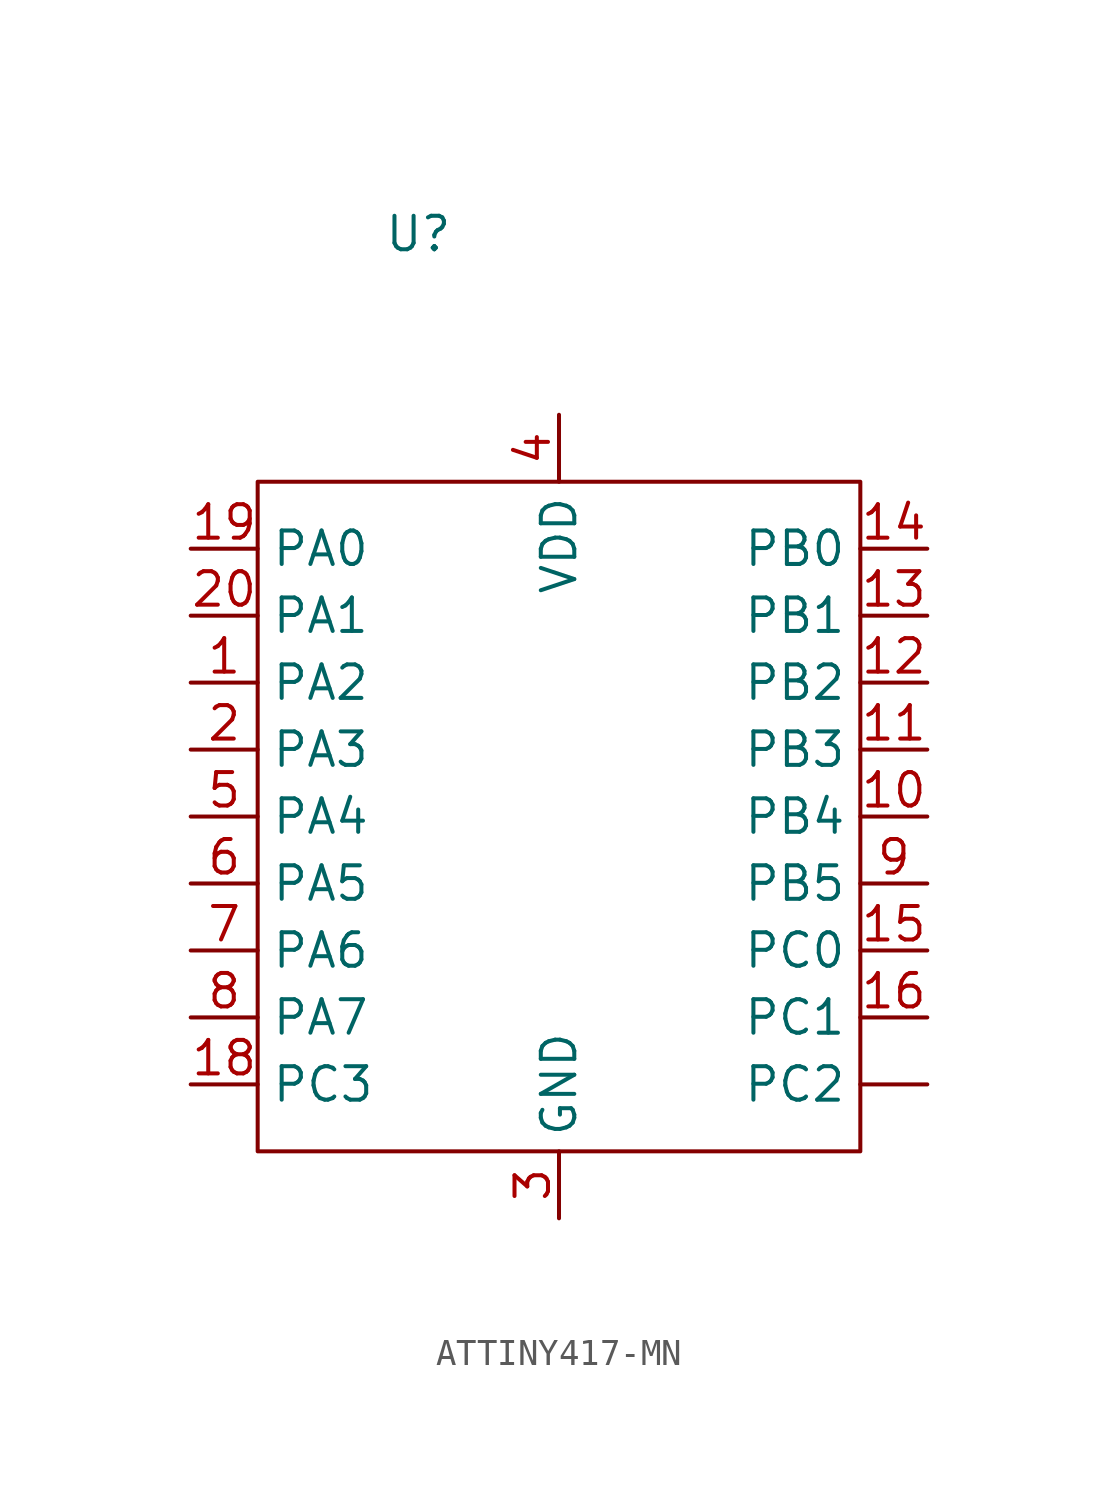
<source format=kicad_sym>
(kicad_symbol_lib
  (version 20231120)
  (generator "kicad_symbol_editor")
  (generator_version "8.0")
  (symbol "ATTINY417-MN"
    (property "Reference" "U"
      (at 6.096 9.398 0)
      (effects (font (size 1.27 1.27))))
    (property "Value" ""
      (at 0 0 0)
      (effects (font (size 1.27 1.27))))
    (symbol "ATTINY417-MN_0_1"
      (rectangle (start 0 0) (end 22.86 -25.4) (stroke (width 0) (type default)) (fill (type none))))
    (symbol "ATTINY417-MN_1_1"
      (pin bidirectional line (at 25.4 -22.86 180) (length 2.54) (name "PC2" (effects (font (size 1.27 1.27)))) (number "" (effects (font (size 1.27 1.27)))))
      (pin bidirectional line (at -2.54 -7.62 0) (length 2.54) (name "PA2" (effects (font (size 1.27 1.27)))) (number "1" (effects (font (size 1.27 1.27)))))
      (pin bidirectional line (at 25.4 -12.7 180) (length 2.54) (name "PB4" (effects (font (size 1.27 1.27)))) (number "10" (effects (font (size 1.27 1.27)))))
      (pin bidirectional line (at 25.4 -10.16 180) (length 2.54) (name "PB3" (effects (font (size 1.27 1.27)))) (number "11" (effects (font (size 1.27 1.27)))))
      (pin bidirectional line (at 25.4 -7.62 180) (length 2.54) (name "PB2" (effects (font (size 1.27 1.27)))) (number "12" (effects (font (size 1.27 1.27)))))
      (pin bidirectional line (at 25.4 -5.08 180) (length 2.54) (name "PB1" (effects (font (size 1.27 1.27)))) (number "13" (effects (font (size 1.27 1.27)))))
      (pin bidirectional line (at 25.4 -2.54 180) (length 2.54) (name "PB0" (effects (font (size 1.27 1.27)))) (number "14" (effects (font (size 1.27 1.27)))))
      (pin bidirectional line (at 25.4 -17.78 180) (length 2.54) (name "PC0" (effects (font (size 1.27 1.27)))) (number "15" (effects (font (size 1.27 1.27)))))
      (pin bidirectional line (at 25.4 -20.32 180) (length 2.54) (name "PC1" (effects (font (size 1.27 1.27)))) (number "16" (effects (font (size 1.27 1.27)))))
      (pin bidirectional line (at -2.54 -22.86 0) (length 2.54) (name "PC3" (effects (font (size 1.27 1.27)))) (number "18" (effects (font (size 1.27 1.27)))))
      (pin bidirectional line (at -2.54 -2.54 0) (length 2.54) (name "PA0" (effects (font (size 1.27 1.27)))) (number "19" (effects (font (size 1.27 1.27)))))
      (pin bidirectional line (at -2.54 -10.16 0) (length 2.54) (name "PA3" (effects (font (size 1.27 1.27)))) (number "2" (effects (font (size 1.27 1.27)))))
      (pin bidirectional line (at -2.54 -5.08 0) (length 2.54) (name "PA1" (effects (font (size 1.27 1.27)))) (number "20" (effects (font (size 1.27 1.27)))))
      (pin power_in line (at 11.43 -27.94 90) (length 2.54) (name "GND" (effects (font (size 1.27 1.27)))) (number "3" (effects (font (size 1.27 1.27)))))
      (pin power_in line (at 11.43 2.54 270) (length 2.54) (name "VDD" (effects (font (size 1.27 1.27)))) (number "4" (effects (font (size 1.27 1.27)))))
      (pin bidirectional line (at -2.54 -12.7 0) (length 2.54) (name "PA4" (effects (font (size 1.27 1.27)))) (number "5" (effects (font (size 1.27 1.27)))))
      (pin bidirectional line (at -2.54 -15.24 0) (length 2.54) (name "PA5" (effects (font (size 1.27 1.27)))) (number "6" (effects (font (size 1.27 1.27)))))
      (pin bidirectional line (at -2.54 -17.78 0) (length 2.54) (name "PA6" (effects (font (size 1.27 1.27)))) (number "7" (effects (font (size 1.27 1.27)))))
      (pin bidirectional line (at -2.54 -20.32 0) (length 2.54) (name "PA7" (effects (font (size 1.27 1.27)))) (number "8" (effects (font (size 1.27 1.27)))))
      (pin bidirectional line (at 25.4 -15.24 180) (length 2.54) (name "PB5" (effects (font (size 1.27 1.27)))) (number "9" (effects (font (size 1.27 1.27))))))))
</source>
